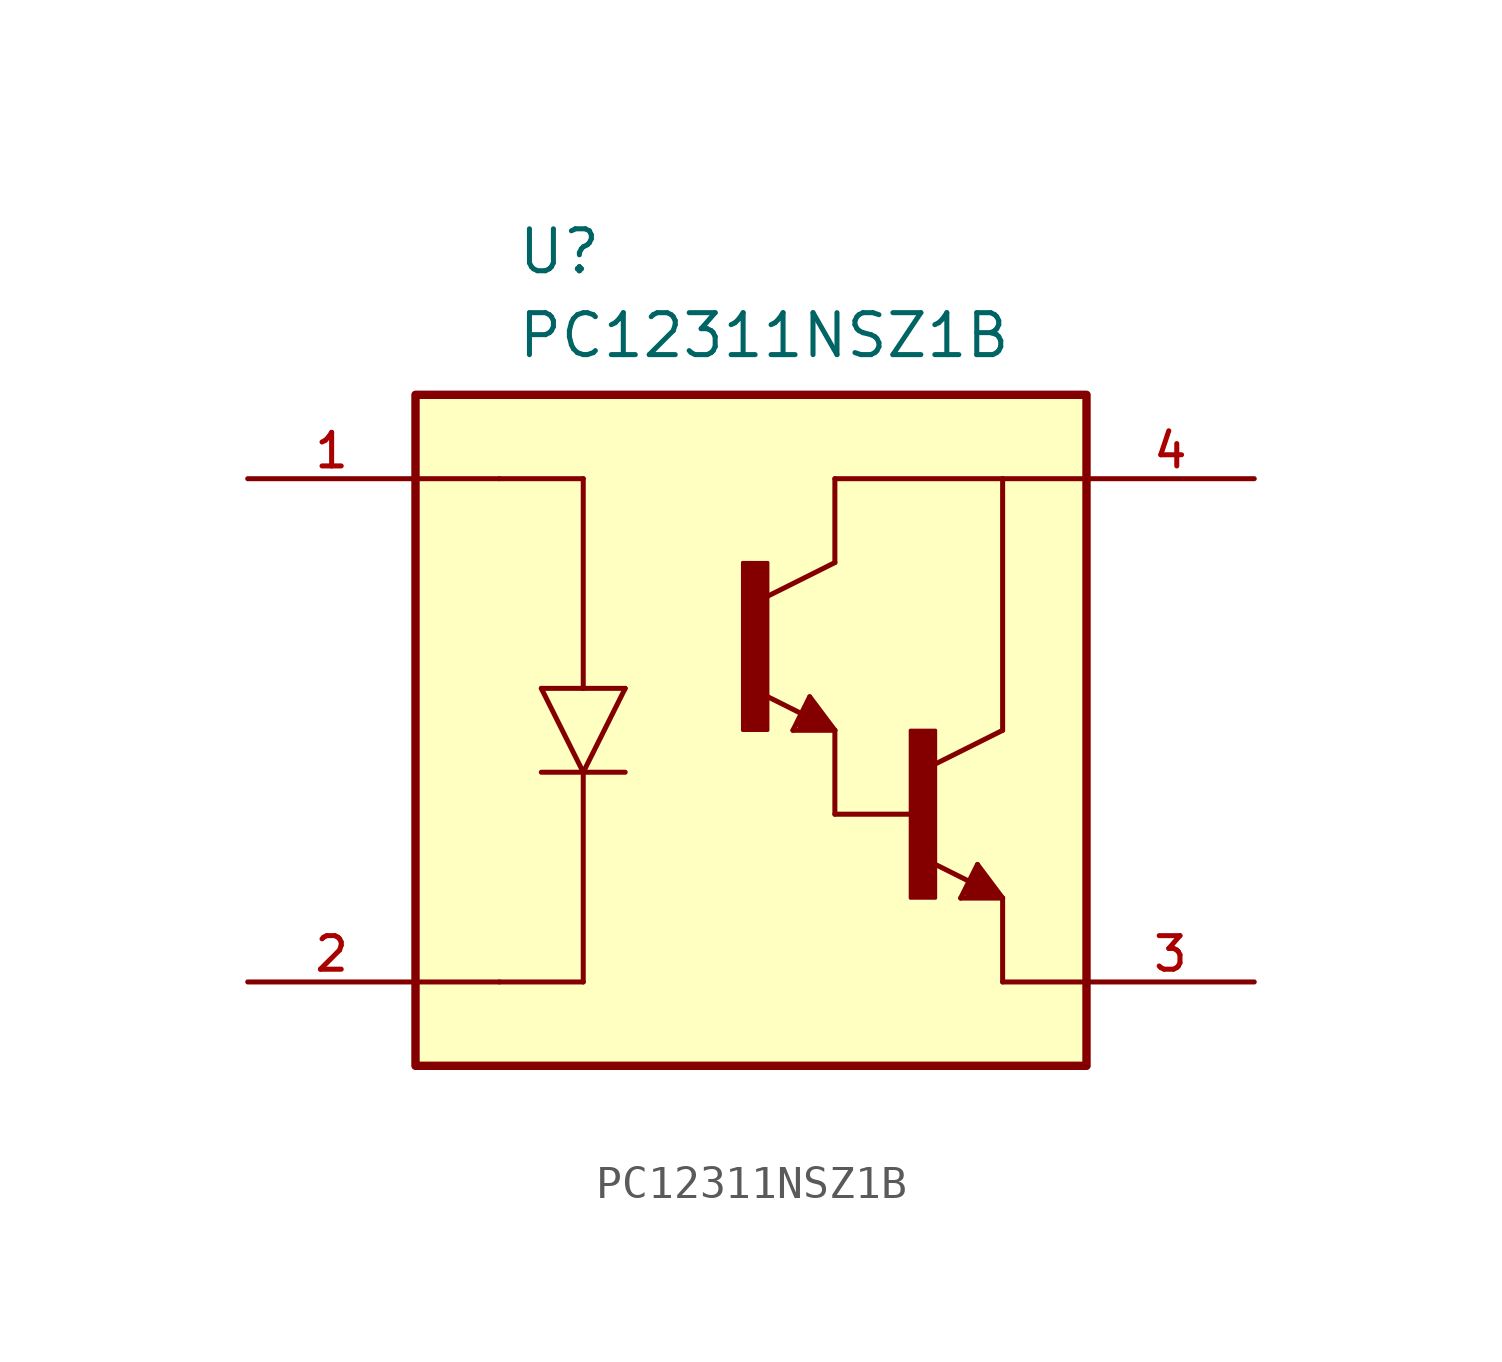
<source format=kicad_sym>
(kicad_symbol_lib
  (version 20241209)
  (generator "kicad_symbol_editor")
  (generator_version "9.0")
  (symbol "PC12311NSZ1B"
    (property "Reference" "U"
      (at -8.382 16.51 0)
      (effects (font (size 1.27 1.27)) (justify left top)))
    (property "Value" "PC12311NSZ1B"
      (at -8.382 13.97 0)
      (effects (font (size 1.27 1.27)) (justify left top)))
    (symbol "PC12311NSZ1B_0_0"
      (rectangle (start -11.43 11.43) (end 8.89 -8.89) (stroke (width 0.254) (type default)) (fill (type background)))
      (polyline (pts (xy -8.89 8.89) (xy -11.43 8.89)) (stroke (width 0.152) (type default)) (fill (type none)))
      (polyline (pts (xy -8.89 -6.35) (xy -11.43 -6.35)) (stroke (width 0.152) (type default)) (fill (type none)))
      (polyline (pts (xy -7.62 2.54) (xy -6.35 0)) (stroke (width 0.152) (type default)) (fill (type none)))
      (polyline (pts (xy -6.35 8.89) (xy -8.89 8.89)) (stroke (width 0.152) (type default)) (fill (type none)))
      (polyline (pts (xy -6.35 2.54) (xy -7.62 2.54)) (stroke (width 0.152) (type default)) (fill (type none)))
      (polyline (pts (xy -6.35 2.54) (xy -6.35 8.89)) (stroke (width 0.152) (type default)) (fill (type none)))
      (polyline (pts (xy -6.35 0) (xy -7.62 0)) (stroke (width 0.152) (type default)) (fill (type none)))
      (polyline (pts (xy -6.35 0) (xy -6.35 -6.35)) (stroke (width 0.152) (type default)) (fill (type none)))
      (polyline (pts (xy -6.35 0) (xy -5.08 2.54)) (stroke (width 0.152) (type default)) (fill (type none)))
      (polyline (pts (xy -6.35 -6.35) (xy -8.89 -6.35)) (stroke (width 0.152) (type default)) (fill (type none)))
      (polyline (pts (xy -5.08 2.54) (xy -6.35 2.54)) (stroke (width 0.152) (type default)) (fill (type none)))
      (polyline (pts (xy -5.08 0) (xy -6.35 0)) (stroke (width 0.152) (type default)) (fill (type none)))
      (rectangle (start -1.524 1.27) (end -0.762 6.35) (stroke (width 0.1) (type default)) (fill (type outline)))
      (polyline (pts (xy 0 1.27) (xy 0.508 2.286)) (stroke (width 0.152) (type default)) (fill (type none)))
      (polyline (pts (xy 0.254 1.524) (xy 0.635 1.524)) (stroke (width 0.254) (type default)) (fill (type none)))
      (polyline (pts (xy 0.254 1.397) (xy 1.016 1.397)) (stroke (width 0.254) (type default)) (fill (type none)))
      (polyline (pts (xy 0.27 1.77) (xy -0.962 2.386)) (stroke (width 0.152) (type default)) (fill (type none)))
      (polyline (pts (xy 0.508 2.286) (xy 1.27 1.27)) (stroke (width 0.152) (type default)) (fill (type none)))
      (polyline (pts (xy 0.508 2.032) (xy 0.254 1.524)) (stroke (width 0.254) (type default)) (fill (type none)))
      (polyline (pts (xy 0.635 1.524) (xy 0.508 1.778)) (stroke (width 0.254) (type default)) (fill (type none)))
      (polyline (pts (xy 1.016 1.397) (xy 0.508 2.032)) (stroke (width 0.254) (type default)) (fill (type none)))
      (polyline (pts (xy 1.27 8.89) (xy 6.35 8.89)) (stroke (width 0.152) (type default)) (fill (type none)))
      (polyline (pts (xy 1.27 6.35) (xy -0.762 5.334)) (stroke (width 0.152) (type default)) (fill (type none)))
      (polyline (pts (xy 1.27 6.35) (xy 1.27 8.89)) (stroke (width 0.152) (type default)) (fill (type none)))
      (polyline (pts (xy 1.27 1.27) (xy 0 1.27)) (stroke (width 0.152) (type default)) (fill (type none)))
      (polyline (pts (xy 1.27 1.27) (xy 1.27 -1.27)) (stroke (width 0.152) (type default)) (fill (type none)))
      (polyline (pts (xy 1.27 -1.27) (xy 3.81 -1.27)) (stroke (width 0.152) (type default)) (fill (type none)))
      (rectangle (start 3.556 -3.81) (end 4.318 1.27) (stroke (width 0.1) (type default)) (fill (type outline)))
      (polyline (pts (xy 5.08 -3.81) (xy 5.588 -2.794)) (stroke (width 0.152) (type default)) (fill (type none)))
      (polyline (pts (xy 5.334 -3.556) (xy 5.715 -3.556)) (stroke (width 0.254) (type default)) (fill (type none)))
      (polyline (pts (xy 5.334 -3.683) (xy 6.096 -3.683)) (stroke (width 0.254) (type default)) (fill (type none)))
      (polyline (pts (xy 5.35 -3.31) (xy 4.118 -2.694)) (stroke (width 0.152) (type default)) (fill (type none)))
      (polyline (pts (xy 5.588 -2.794) (xy 6.35 -3.81)) (stroke (width 0.152) (type default)) (fill (type none)))
      (polyline (pts (xy 5.588 -3.048) (xy 5.334 -3.556)) (stroke (width 0.254) (type default)) (fill (type none)))
      (polyline (pts (xy 5.715 -3.556) (xy 5.588 -3.302)) (stroke (width 0.254) (type default)) (fill (type none)))
      (polyline (pts (xy 6.096 -3.683) (xy 5.588 -3.048)) (stroke (width 0.254) (type default)) (fill (type none)))
      (polyline (pts (xy 6.35 8.89) (xy 8.89 8.89)) (stroke (width 0.152) (type default)) (fill (type none)))
      (polyline (pts (xy 6.35 1.27) (xy 4.318 0.254)) (stroke (width 0.152) (type default)) (fill (type none)))
      (polyline (pts (xy 6.35 1.27) (xy 6.35 8.89)) (stroke (width 0.152) (type default)) (fill (type none)))
      (polyline (pts (xy 6.35 -3.81) (xy 5.08 -3.81)) (stroke (width 0.152) (type default)) (fill (type none)))
      (polyline (pts (xy 6.35 -3.81) (xy 6.35 -6.35)) (stroke (width 0.152) (type default)) (fill (type none)))
      (polyline (pts (xy 6.35 -6.35) (xy 8.89 -6.35)) (stroke (width 0.152) (type default)) (fill (type none)))
      (pin passive line (at -16.51 8.89 0) (length 5.08) (name "~" (effects (font (size 1.016 1.016)))) (number "1" (effects (font (size 1.016 1.016)))))
      (pin passive line (at -16.51 -6.35 0) (length 5.08) (name "~" (effects (font (size 1.016 1.016)))) (number "2" (effects (font (size 1.016 1.016)))))
      (pin passive line (at 13.97 8.89 180) (length 5.08) (name "~" (effects (font (size 1.016 1.016)))) (number "4" (effects (font (size 1.016 1.016)))))
      (pin passive line (at 13.97 -6.35 180) (length 5.08) (name "~" (effects (font (size 1.016 1.016)))) (number "3" (effects (font (size 1.016 1.016))))))))
</source>
